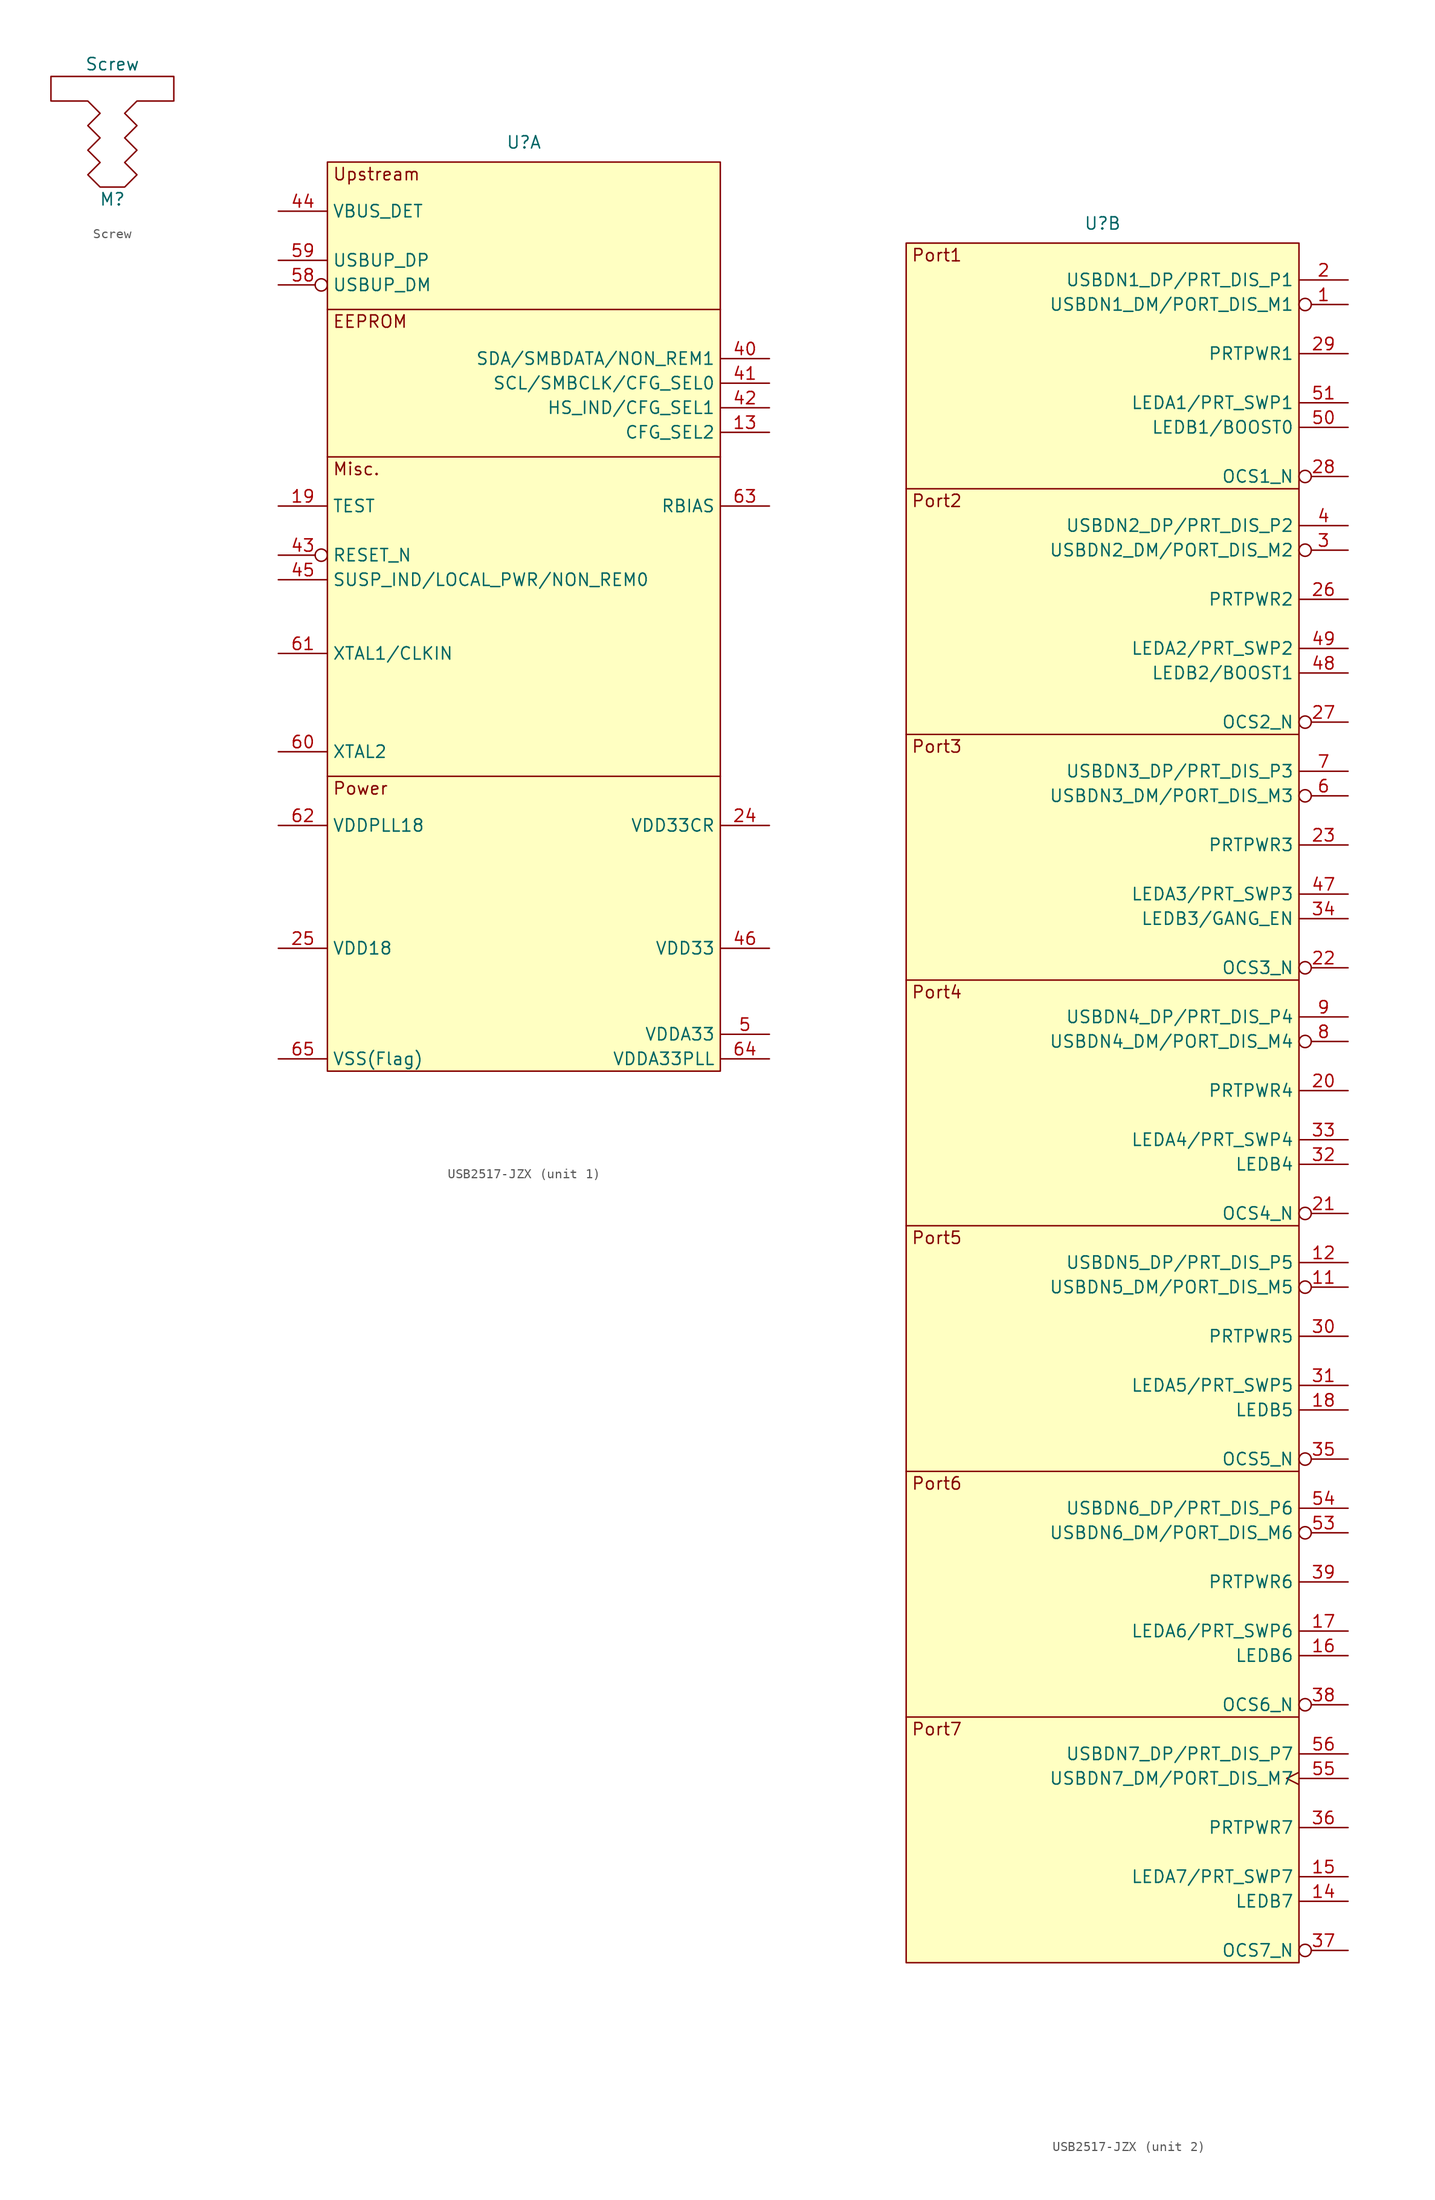
<source format=kicad_sym>
(kicad_symbol_lib
  (version 20241209)
  (generator "kicad_symbol_editor")
  (generator_version "9.0")
  (symbol "Screw"
    (pin_numbers
      (hide yes))
    (pin_names
      (offset 0)
      (hide yes))
    (property "Reference" "M"
      (at 0 -7.62 0)
      (effects (font (size 1.27 1.27))))
    (property "Value" "Screw"
      (at 0 6.35 0)
      (effects (font (size 1.27 1.27))))
    (symbol "Screw_0_1"
      (polyline (pts (xy 0 5.08) (xy -6.35 5.08) (xy -6.35 3.81) (xy -6.35 3.81) (xy -6.35 2.54) (xy -2.54 2.54) (xy -1.27 1.27) (xy -1.27 1.27) (xy -2.54 0) (xy -2.54 0) (xy -1.27 -1.27) (xy -2.54 -2.54) (xy -1.27 -3.81) (xy -2.54 -5.08) (xy -1.27 -6.35) (xy 1.27 -6.35) (xy 2.54 -5.08) (xy 1.27 -3.81) (xy 2.54 -2.54) (xy 1.27 -1.27) (xy 2.54 0) (xy 2.54 0) (xy 1.27 1.27) (xy 1.905 1.905) (xy 2.54 2.54) (xy 6.35 2.54) (xy 6.35 3.81) (xy 6.35 3.81) (xy 6.35 5.08) (xy 0 5.08)) (stroke (width 0) (type default)) (fill (type none)))))
  (symbol "USB2517-JZX"
    (property "Reference" "U"
      (at 0 7.112 0)
      (effects (font (size 1.27 1.27))))
    (property "Value" ""
      (at 0 0 0)
      (effects (font (size 1.27 1.27))))
    (property "ki_locked" ""
      (at 0 0 0)
      (effects (font (size 1.27 1.27))))
    (symbol "USB2517-JZX_1_1"
      (rectangle (start -20.32 5.08) (end 20.32 -88.9) (stroke (width 0) (type solid)) (fill (type background)))
      (polyline (pts (xy -20.32 -10.16) (xy 20.32 -10.16)) (stroke (width 0) (type default)) (fill (type none)))
      (polyline (pts (xy -20.32 -25.4) (xy 20.32 -25.4)) (stroke (width 0) (type default)) (fill (type none)))
      (polyline (pts (xy -20.32 -58.42) (xy 20.32 -58.42)) (stroke (width 0) (type default)) (fill (type none)))
      (text "Upstream" (at -19.812 4.572 0) (effects (font (size 1.27 1.27)) (justify left top)))
      (text "EEPROM" (at -19.812 -10.668 0) (effects (font (size 1.27 1.27)) (justify left top)))
      (text "Misc." (at -19.812 -25.908 0) (effects (font (size 1.27 1.27)) (justify left top)))
      (text "Power" (at -19.812 -58.928 0) (effects (font (size 1.27 1.27)) (justify left top)))
      (pin input line (at -25.4 0 0) (length 5.08) (name "VBUS_DET" (effects (font (size 1.27 1.27)))) (number "44" (effects (font (size 1.27 1.27)))))
      (pin input line (at -25.4 -5.08 0) (length 5.08) (name "USBUP_DP" (effects (font (size 1.27 1.27)))) (number "59" (effects (font (size 1.27 1.27)))))
      (pin input inverted (at -25.4 -7.62 0) (length 5.08) (name "USBUP_DM" (effects (font (size 1.27 1.27)))) (number "58" (effects (font (size 1.27 1.27)))))
      (pin input line (at -25.4 -30.48 0) (length 5.08) (name "TEST" (effects (font (size 1.27 1.27)))) (number "19" (effects (font (size 1.27 1.27)))))
      (pin input inverted (at -25.4 -35.56 0) (length 5.08) (name "RESET_N" (effects (font (size 1.27 1.27)))) (number "43" (effects (font (size 1.27 1.27)))))
      (pin input line (at -25.4 -38.1 0) (length 5.08) (name "SUSP_IND/LOCAL_PWR/NON_REM0" (effects (font (size 1.27 1.27)))) (number "45" (effects (font (size 1.27 1.27)))))
      (pin input line (at -25.4 -45.72 0) (length 5.08) (name "XTAL1/CLKIN" (effects (font (size 1.27 1.27)))) (number "61" (effects (font (size 1.27 1.27)))))
      (pin input line (at -25.4 -55.88 0) (length 5.08) (name "XTAL2" (effects (font (size 1.27 1.27)))) (number "60" (effects (font (size 1.27 1.27)))))
      (pin input line (at -25.4 -63.5 0) (length 5.08) (name "VDDPLL18" (effects (font (size 1.27 1.27)))) (number "62" (effects (font (size 1.27 1.27)))))
      (pin input line (at -25.4 -76.2 0) (length 5.08) (name "VDD18" (effects (font (size 1.27 1.27)))) (number "25" (effects (font (size 1.27 1.27)))))
      (pin input line (at -25.4 -87.63 0) (length 5.08) (name "VSS(Flag)" (effects (font (size 1.27 1.27)))) (number "65" (effects (font (size 1.27 1.27)))))
      (pin input line (at 25.4 -15.24 180) (length 5.08) (name "SDA/SMBDATA/NON_REM1" (effects (font (size 1.27 1.27)))) (number "40" (effects (font (size 1.27 1.27)))))
      (pin input line (at 25.4 -17.78 180) (length 5.08) (name "SCL/SMBCLK/CFG_SEL0" (effects (font (size 1.27 1.27)))) (number "41" (effects (font (size 1.27 1.27)))))
      (pin input line (at 25.4 -20.32 180) (length 5.08) (name "HS_IND/CFG_SEL1" (effects (font (size 1.27 1.27)))) (number "42" (effects (font (size 1.27 1.27)))))
      (pin input line (at 25.4 -22.86 180) (length 5.08) (name "CFG_SEL2" (effects (font (size 1.27 1.27)))) (number "13" (effects (font (size 1.27 1.27)))))
      (pin input line (at 25.4 -30.48 180) (length 5.08) (name "RBIAS" (effects (font (size 1.27 1.27)))) (number "63" (effects (font (size 1.27 1.27)))))
      (pin input line (at 25.4 -63.5 180) (length 5.08) (name "VDD33CR" (effects (font (size 1.27 1.27)))) (number "24" (effects (font (size 1.27 1.27)))))
      (pin input line (at 25.4 -76.2 180) (length 5.08) (name "VDD33" (effects (font (size 1.27 1.27)))) (number "46" (effects (font (size 1.27 1.27)))))
      (pin input line (at 25.4 -85.09 180) (length 5.08) (hide yes) (name "VDDA33" (effects (font (size 1.27 1.27)))) (number "10" (effects (font (size 1.27 1.27)))))
      (pin input line (at 25.4 -85.09 180) (length 5.08) (name "VDDA33" (effects (font (size 1.27 1.27)))) (number "5" (effects (font (size 1.27 1.27)))))
      (pin input line (at 25.4 -85.09 180) (length 5.08) (hide yes) (name "VDDA33" (effects (font (size 1.27 1.27)))) (number "52" (effects (font (size 1.27 1.27)))))
      (pin input line (at 25.4 -85.09 180) (length 5.08) (hide yes) (name "VDDA33" (effects (font (size 1.27 1.27)))) (number "57" (effects (font (size 1.27 1.27)))))
      (pin input line (at 25.4 -87.63 180) (length 5.08) (name "VDDA33PLL" (effects (font (size 1.27 1.27)))) (number "64" (effects (font (size 1.27 1.27))))))
    (symbol "USB2517-JZX_2_1"
      (rectangle (start -20.32 5.08) (end 20.32 -172.72) (stroke (width 0) (type solid)) (fill (type background)))
      (polyline (pts (xy -20.32 -20.32) (xy 20.32 -20.32)) (stroke (width 0) (type default)) (fill (type none)))
      (polyline (pts (xy -20.32 -45.72) (xy 20.32 -45.72)) (stroke (width 0) (type default)) (fill (type none)))
      (polyline (pts (xy -20.32 -71.12) (xy 20.32 -71.12)) (stroke (width 0) (type default)) (fill (type none)))
      (polyline (pts (xy -20.32 -96.52) (xy 20.32 -96.52)) (stroke (width 0) (type default)) (fill (type none)))
      (polyline (pts (xy -20.32 -121.92) (xy 20.32 -121.92)) (stroke (width 0) (type default)) (fill (type none)))
      (polyline (pts (xy -20.32 -147.32) (xy 20.32 -147.32)) (stroke (width 0) (type default)) (fill (type none)))
      (text "Port1" (at -19.812 4.572 0) (effects (font (size 1.27 1.27)) (justify left top)))
      (text "Port2" (at -19.812 -20.828 0) (effects (font (size 1.27 1.27)) (justify left top)))
      (text "Port3" (at -19.812 -46.228 0) (effects (font (size 1.27 1.27)) (justify left top)))
      (text "Port4" (at -19.812 -71.628 0) (effects (font (size 1.27 1.27)) (justify left top)))
      (text "Port5" (at -19.812 -97.028 0) (effects (font (size 1.27 1.27)) (justify left top)))
      (text "Port6" (at -19.812 -122.428 0) (effects (font (size 1.27 1.27)) (justify left top)))
      (text "Port7" (at -19.812 -147.828 0) (effects (font (size 1.27 1.27)) (justify left top)))
      (pin input line (at 25.4 1.27 180) (length 5.08) (name "USBDN1_DP/PRT_DIS_P1" (effects (font (size 1.27 1.27)))) (number "2" (effects (font (size 1.27 1.27)))))
      (pin input inverted (at 25.4 -1.27 180) (length 5.08) (name "USBDN1_DM/PORT_DIS_M1" (effects (font (size 1.27 1.27)))) (number "1" (effects (font (size 1.27 1.27)))))
      (pin output line (at 25.4 -6.35 180) (length 5.08) (name "PRTPWR1" (effects (font (size 1.27 1.27)))) (number "29" (effects (font (size 1.27 1.27)))))
      (pin input line (at 25.4 -11.43 180) (length 5.08) (name "LEDA1/PRT_SWP1" (effects (font (size 1.27 1.27)))) (number "51" (effects (font (size 1.27 1.27)))))
      (pin input line (at 25.4 -13.97 180) (length 5.08) (name "LEDB1/BOOST0" (effects (font (size 1.27 1.27)))) (number "50" (effects (font (size 1.27 1.27)))))
      (pin input inverted (at 25.4 -19.05 180) (length 5.08) (name "OCS1_N" (effects (font (size 1.27 1.27)))) (number "28" (effects (font (size 1.27 1.27)))))
      (pin input line (at 25.4 -24.13 180) (length 5.08) (name "USBDN2_DP/PRT_DIS_P2" (effects (font (size 1.27 1.27)))) (number "4" (effects (font (size 1.27 1.27)))))
      (pin input inverted (at 25.4 -26.67 180) (length 5.08) (name "USBDN2_DM/PORT_DIS_M2" (effects (font (size 1.27 1.27)))) (number "3" (effects (font (size 1.27 1.27)))))
      (pin output line (at 25.4 -31.75 180) (length 5.08) (name "PRTPWR2" (effects (font (size 1.27 1.27)))) (number "26" (effects (font (size 1.27 1.27)))))
      (pin input line (at 25.4 -36.83 180) (length 5.08) (name "LEDA2/PRT_SWP2" (effects (font (size 1.27 1.27)))) (number "49" (effects (font (size 1.27 1.27)))))
      (pin input line (at 25.4 -39.37 180) (length 5.08) (name "LEDB2/BOOST1" (effects (font (size 1.27 1.27)))) (number "48" (effects (font (size 1.27 1.27)))))
      (pin input inverted (at 25.4 -44.45 180) (length 5.08) (name "OCS2_N" (effects (font (size 1.27 1.27)))) (number "27" (effects (font (size 1.27 1.27)))))
      (pin input line (at 25.4 -49.53 180) (length 5.08) (name "USBDN3_DP/PRT_DIS_P3" (effects (font (size 1.27 1.27)))) (number "7" (effects (font (size 1.27 1.27)))))
      (pin input inverted (at 25.4 -52.07 180) (length 5.08) (name "USBDN3_DM/PORT_DIS_M3" (effects (font (size 1.27 1.27)))) (number "6" (effects (font (size 1.27 1.27)))))
      (pin output line (at 25.4 -57.15 180) (length 5.08) (name "PRTPWR3" (effects (font (size 1.27 1.27)))) (number "23" (effects (font (size 1.27 1.27)))))
      (pin input line (at 25.4 -62.23 180) (length 5.08) (name "LEDA3/PRT_SWP3" (effects (font (size 1.27 1.27)))) (number "47" (effects (font (size 1.27 1.27)))))
      (pin input line (at 25.4 -64.77 180) (length 5.08) (name "LEDB3/GANG_EN" (effects (font (size 1.27 1.27)))) (number "34" (effects (font (size 1.27 1.27)))))
      (pin input inverted (at 25.4 -69.85 180) (length 5.08) (name "OCS3_N" (effects (font (size 1.27 1.27)))) (number "22" (effects (font (size 1.27 1.27)))))
      (pin input line (at 25.4 -74.93 180) (length 5.08) (name "USBDN4_DP/PRT_DIS_P4" (effects (font (size 1.27 1.27)))) (number "9" (effects (font (size 1.27 1.27)))))
      (pin input inverted (at 25.4 -77.47 180) (length 5.08) (name "USBDN4_DM/PORT_DIS_M4" (effects (font (size 1.27 1.27)))) (number "8" (effects (font (size 1.27 1.27)))))
      (pin output line (at 25.4 -82.55 180) (length 5.08) (name "PRTPWR4" (effects (font (size 1.27 1.27)))) (number "20" (effects (font (size 1.27 1.27)))))
      (pin input line (at 25.4 -87.63 180) (length 5.08) (name "LEDA4/PRT_SWP4" (effects (font (size 1.27 1.27)))) (number "33" (effects (font (size 1.27 1.27)))))
      (pin input line (at 25.4 -90.17 180) (length 5.08) (name "LEDB4" (effects (font (size 1.27 1.27)))) (number "32" (effects (font (size 1.27 1.27)))))
      (pin input inverted (at 25.4 -95.25 180) (length 5.08) (name "OCS4_N" (effects (font (size 1.27 1.27)))) (number "21" (effects (font (size 1.27 1.27)))))
      (pin input line (at 25.4 -100.33 180) (length 5.08) (name "USBDN5_DP/PRT_DIS_P5" (effects (font (size 1.27 1.27)))) (number "12" (effects (font (size 1.27 1.27)))))
      (pin input inverted (at 25.4 -102.87 180) (length 5.08) (name "USBDN5_DM/PORT_DIS_M5" (effects (font (size 1.27 1.27)))) (number "11" (effects (font (size 1.27 1.27)))))
      (pin output line (at 25.4 -107.95 180) (length 5.08) (name "PRTPWR5" (effects (font (size 1.27 1.27)))) (number "30" (effects (font (size 1.27 1.27)))))
      (pin input line (at 25.4 -113.03 180) (length 5.08) (name "LEDA5/PRT_SWP5" (effects (font (size 1.27 1.27)))) (number "31" (effects (font (size 1.27 1.27)))))
      (pin input line (at 25.4 -115.57 180) (length 5.08) (name "LEDB5" (effects (font (size 1.27 1.27)))) (number "18" (effects (font (size 1.27 1.27)))))
      (pin input inverted (at 25.4 -120.65 180) (length 5.08) (name "OCS5_N" (effects (font (size 1.27 1.27)))) (number "35" (effects (font (size 1.27 1.27)))))
      (pin input line (at 25.4 -125.73 180) (length 5.08) (name "USBDN6_DP/PRT_DIS_P6" (effects (font (size 1.27 1.27)))) (number "54" (effects (font (size 1.27 1.27)))))
      (pin input inverted (at 25.4 -128.27 180) (length 5.08) (name "USBDN6_DM/PORT_DIS_M6" (effects (font (size 1.27 1.27)))) (number "53" (effects (font (size 1.27 1.27)))))
      (pin output line (at 25.4 -133.35 180) (length 5.08) (name "PRTPWR6" (effects (font (size 1.27 1.27)))) (number "39" (effects (font (size 1.27 1.27)))))
      (pin input line (at 25.4 -138.43 180) (length 5.08) (name "LEDA6/PRT_SWP6" (effects (font (size 1.27 1.27)))) (number "17" (effects (font (size 1.27 1.27)))))
      (pin input line (at 25.4 -140.97 180) (length 5.08) (name "LEDB6" (effects (font (size 1.27 1.27)))) (number "16" (effects (font (size 1.27 1.27)))))
      (pin input inverted (at 25.4 -146.05 180) (length 5.08) (name "OCS6_N" (effects (font (size 1.27 1.27)))) (number "38" (effects (font (size 1.27 1.27)))))
      (pin input line (at 25.4 -151.13 180) (length 5.08) (name "USBDN7_DP/PRT_DIS_P7" (effects (font (size 1.27 1.27)))) (number "56" (effects (font (size 1.27 1.27)))))
      (pin input clock (at 25.4 -153.67 180) (length 5.08) (name "USBDN7_DM/PORT_DIS_M7" (effects (font (size 1.27 1.27)))) (number "55" (effects (font (size 1.27 1.27)))))
      (pin output line (at 25.4 -158.75 180) (length 5.08) (name "PRTPWR7" (effects (font (size 1.27 1.27)))) (number "36" (effects (font (size 1.27 1.27)))))
      (pin input line (at 25.4 -163.83 180) (length 5.08) (name "LEDA7/PRT_SWP7" (effects (font (size 1.27 1.27)))) (number "15" (effects (font (size 1.27 1.27)))))
      (pin input line (at 25.4 -166.37 180) (length 5.08) (name "LEDB7" (effects (font (size 1.27 1.27)))) (number "14" (effects (font (size 1.27 1.27)))))
      (pin input inverted (at 25.4 -171.45 180) (length 5.08) (name "OCS7_N" (effects (font (size 1.27 1.27)))) (number "37" (effects (font (size 1.27 1.27))))))))
</source>
